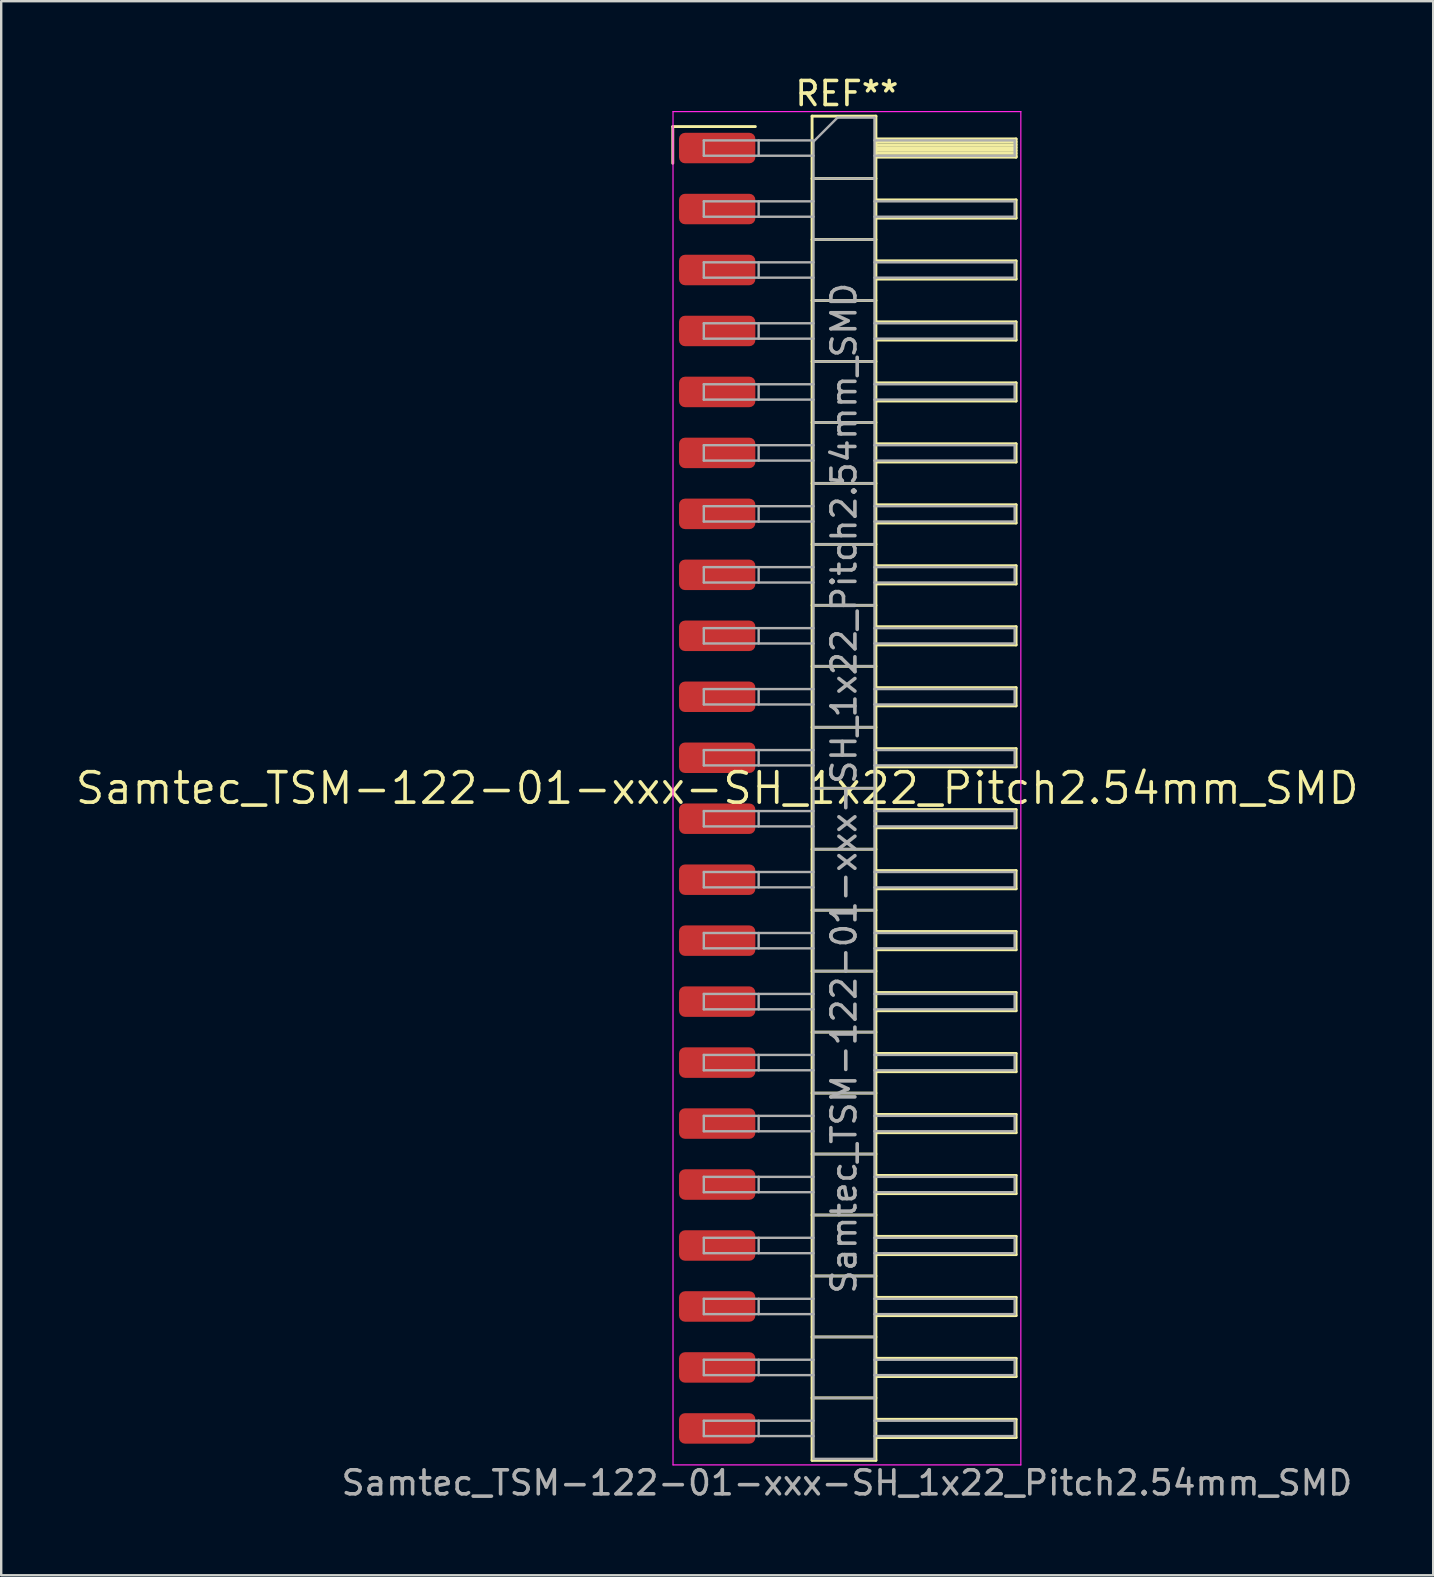
<source format=kicad_pcb>
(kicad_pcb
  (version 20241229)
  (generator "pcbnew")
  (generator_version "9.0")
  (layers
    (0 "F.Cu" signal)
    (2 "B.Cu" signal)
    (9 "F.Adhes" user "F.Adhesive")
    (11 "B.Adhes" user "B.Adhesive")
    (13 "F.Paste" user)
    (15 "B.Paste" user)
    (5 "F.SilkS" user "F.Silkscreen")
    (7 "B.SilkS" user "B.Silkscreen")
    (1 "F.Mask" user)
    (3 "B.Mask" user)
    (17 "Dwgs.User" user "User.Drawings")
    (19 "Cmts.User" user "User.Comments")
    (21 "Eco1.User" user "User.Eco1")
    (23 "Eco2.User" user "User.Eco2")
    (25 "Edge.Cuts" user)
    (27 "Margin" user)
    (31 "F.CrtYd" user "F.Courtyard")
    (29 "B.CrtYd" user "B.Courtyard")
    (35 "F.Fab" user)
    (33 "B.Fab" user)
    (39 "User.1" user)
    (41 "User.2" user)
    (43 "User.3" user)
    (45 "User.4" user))
  (footprint "Samtec_TSM-122-01-xxx-SH_1x22_Pitch2.54mm_SMD"
    (layer "F.Cu")
    (at 26.828 29.788)
    (property "Reference" "Samtec_TSM-122-01-xxx-SH_1x22_Pitch2.54mm_SMD" (at 0 0 0) (layer "F.SilkS") (effects (font (size 1.27 1.27) (thickness 0.15))))
    (attr smd)
    (fp_line (start -1.85 -27.565) (end 1.59 -27.565) (stroke (width 0.12) (type solid)) (layer "F.SilkS"))
    (fp_line (start -1.85 -26.035) (end -1.85 -27.565) (stroke (width 0.12) (type solid)) (layer "F.SilkS"))
    (fp_line (start 3.953 -28) (end 6.613 -28) (stroke (width 0.12) (type solid)) (layer "F.SilkS"))
    (fp_line (start 3.953 -25.4) (end 6.613 -25.4) (stroke (width 0.12) (type solid)) (layer "F.SilkS"))
    (fp_line (start 3.953 -22.86) (end 6.613 -22.86) (stroke (width 0.12) (type solid)) (layer "F.SilkS"))
    (fp_line (start 3.953 -20.32) (end 6.613 -20.32) (stroke (width 0.12) (type solid)) (layer "F.SilkS"))
    (fp_line (start 3.953 -17.78) (end 6.613 -17.78) (stroke (width 0.12) (type solid)) (layer "F.SilkS"))
    (fp_line (start 3.953 -15.24) (end 6.613 -15.24) (stroke (width 0.12) (type solid)) (layer "F.SilkS"))
    (fp_line (start 3.953 -12.7) (end 6.613 -12.7) (stroke (width 0.12) (type solid)) (layer "F.SilkS"))
    (fp_line (start 3.953 -10.16) (end 6.613 -10.16) (stroke (width 0.12) (type solid)) (layer "F.SilkS"))
    (fp_line (start 3.953 -7.62) (end 6.613 -7.62) (stroke (width 0.12) (type solid)) (layer "F.SilkS"))
    (fp_line (start 3.953 -5.08) (end 6.613 -5.08) (stroke (width 0.12) (type solid)) (layer "F.SilkS"))
    (fp_line (start 3.953 -2.54) (end 6.613 -2.54) (stroke (width 0.12) (type solid)) (layer "F.SilkS"))
    (fp_line (start 3.953 0) (end 6.613 0) (stroke (width 0.12) (type solid)) (layer "F.SilkS"))
    (fp_line (start 3.953 2.54) (end 6.613 2.54) (stroke (width 0.12) (type solid)) (layer "F.SilkS"))
    (fp_line (start 3.953 5.08) (end 6.613 5.08) (stroke (width 0.12) (type solid)) (layer "F.SilkS"))
    (fp_line (start 3.953 7.62) (end 6.613 7.62) (stroke (width 0.12) (type solid)) (layer "F.SilkS"))
    (fp_line (start 3.953 10.16) (end 6.613 10.16) (stroke (width 0.12) (type solid)) (layer "F.SilkS"))
    (fp_line (start 3.953 12.7) (end 6.613 12.7) (stroke (width 0.12) (type solid)) (layer "F.SilkS"))
    (fp_line (start 3.953 15.24) (end 6.613 15.24) (stroke (width 0.12) (type solid)) (layer "F.SilkS"))
    (fp_line (start 3.953 17.78) (end 6.613 17.78) (stroke (width 0.12) (type solid)) (layer "F.SilkS"))
    (fp_line (start 3.953 20.32) (end 6.613 20.32) (stroke (width 0.12) (type solid)) (layer "F.SilkS"))
    (fp_line (start 3.953 22.86) (end 6.613 22.86) (stroke (width 0.12) (type solid)) (layer "F.SilkS"))
    (fp_line (start 3.953 25.4) (end 6.613 25.4) (stroke (width 0.12) (type solid)) (layer "F.SilkS"))
    (fp_line (start 3.953 28) (end 3.953 -28) (stroke (width 0.12) (type solid)) (layer "F.SilkS"))
    (fp_line (start 6.613 -28) (end 6.613 28) (stroke (width 0.12) (type solid)) (layer "F.SilkS"))
    (fp_line (start 6.613 -27.05) (end 12.453 -27.05) (stroke (width 0.12) (type solid)) (layer "F.SilkS"))
    (fp_line (start 6.613 -26.93) (end 12.453 -26.93) (stroke (width 0.12) (type solid)) (layer "F.SilkS"))
    (fp_line (start 6.613 -26.81) (end 12.453 -26.81) (stroke (width 0.12) (type solid)) (layer "F.SilkS"))
    (fp_line (start 6.613 -26.69) (end 12.453 -26.69) (stroke (width 0.12) (type solid)) (layer "F.SilkS"))
    (fp_line (start 6.613 -26.57) (end 12.453 -26.57) (stroke (width 0.12) (type solid)) (layer "F.SilkS"))
    (fp_line (start 6.613 -26.45) (end 12.453 -26.45) (stroke (width 0.12) (type solid)) (layer "F.SilkS"))
    (fp_line (start 6.613 -26.33) (end 12.453 -26.33) (stroke (width 0.12) (type solid)) (layer "F.SilkS"))
    (fp_line (start 6.613 -26.29) (end 12.453 -26.29) (stroke (width 0.12) (type solid)) (layer "F.SilkS"))
    (fp_line (start 6.613 -24.51) (end 12.453 -24.51) (stroke (width 0.12) (type solid)) (layer "F.SilkS"))
    (fp_line (start 6.613 -23.75) (end 12.453 -23.75) (stroke (width 0.12) (type solid)) (layer "F.SilkS"))
    (fp_line (start 6.613 -21.97) (end 12.453 -21.97) (stroke (width 0.12) (type solid)) (layer "F.SilkS"))
    (fp_line (start 6.613 -21.21) (end 12.453 -21.21) (stroke (width 0.12) (type solid)) (layer "F.SilkS"))
    (fp_line (start 6.613 -19.43) (end 12.453 -19.43) (stroke (width 0.12) (type solid)) (layer "F.SilkS"))
    (fp_line (start 6.613 -18.67) (end 12.453 -18.67) (stroke (width 0.12) (type solid)) (layer "F.SilkS"))
    (fp_line (start 6.613 -16.89) (end 12.453 -16.89) (stroke (width 0.12) (type solid)) (layer "F.SilkS"))
    (fp_line (start 6.613 -16.13) (end 12.453 -16.13) (stroke (width 0.12) (type solid)) (layer "F.SilkS"))
    (fp_line (start 6.613 -14.35) (end 12.453 -14.35) (stroke (width 0.12) (type solid)) (layer "F.SilkS"))
    (fp_line (start 6.613 -13.59) (end 12.453 -13.59) (stroke (width 0.12) (type solid)) (layer "F.SilkS"))
    (fp_line (start 6.613 -11.81) (end 12.453 -11.81) (stroke (width 0.12) (type solid)) (layer "F.SilkS"))
    (fp_line (start 6.613 -11.05) (end 12.453 -11.05) (stroke (width 0.12) (type solid)) (layer "F.SilkS"))
    (fp_line (start 6.613 -9.27) (end 12.453 -9.27) (stroke (width 0.12) (type solid)) (layer "F.SilkS"))
    (fp_line (start 6.613 -8.51) (end 12.453 -8.51) (stroke (width 0.12) (type solid)) (layer "F.SilkS"))
    (fp_line (start 6.613 -6.73) (end 12.453 -6.73) (stroke (width 0.12) (type solid)) (layer "F.SilkS"))
    (fp_line (start 6.613 -5.97) (end 12.453 -5.97) (stroke (width 0.12) (type solid)) (layer "F.SilkS"))
    (fp_line (start 6.613 -4.19) (end 12.453 -4.19) (stroke (width 0.12) (type solid)) (layer "F.SilkS"))
    (fp_line (start 6.613 -3.43) (end 12.453 -3.43) (stroke (width 0.12) (type solid)) (layer "F.SilkS"))
    (fp_line (start 6.613 -1.65) (end 12.453 -1.65) (stroke (width 0.12) (type solid)) (layer "F.SilkS"))
    (fp_line (start 6.613 -0.89) (end 12.453 -0.89) (stroke (width 0.12) (type solid)) (layer "F.SilkS"))
    (fp_line (start 6.613 0.89) (end 12.453 0.89) (stroke (width 0.12) (type solid)) (layer "F.SilkS"))
    (fp_line (start 6.613 1.65) (end 12.453 1.65) (stroke (width 0.12) (type solid)) (layer "F.SilkS"))
    (fp_line (start 6.613 3.43) (end 12.453 3.43) (stroke (width 0.12) (type solid)) (layer "F.SilkS"))
    (fp_line (start 6.613 4.19) (end 12.453 4.19) (stroke (width 0.12) (type solid)) (layer "F.SilkS"))
    (fp_line (start 6.613 5.97) (end 12.453 5.97) (stroke (width 0.12) (type solid)) (layer "F.SilkS"))
    (fp_line (start 6.613 6.73) (end 12.453 6.73) (stroke (width 0.12) (type solid)) (layer "F.SilkS"))
    (fp_line (start 6.613 8.51) (end 12.453 8.51) (stroke (width 0.12) (type solid)) (layer "F.SilkS"))
    (fp_line (start 6.613 9.27) (end 12.453 9.27) (stroke (width 0.12) (type solid)) (layer "F.SilkS"))
    (fp_line (start 6.613 11.05) (end 12.453 11.05) (stroke (width 0.12) (type solid)) (layer "F.SilkS"))
    (fp_line (start 6.613 11.81) (end 12.453 11.81) (stroke (width 0.12) (type solid)) (layer "F.SilkS"))
    (fp_line (start 6.613 13.59) (end 12.453 13.59) (stroke (width 0.12) (type solid)) (layer "F.SilkS"))
    (fp_line (start 6.613 14.35) (end 12.453 14.35) (stroke (width 0.12) (type solid)) (layer "F.SilkS"))
    (fp_line (start 6.613 16.13) (end 12.453 16.13) (stroke (width 0.12) (type solid)) (layer "F.SilkS"))
    (fp_line (start 6.613 16.89) (end 12.453 16.89) (stroke (width 0.12) (type solid)) (layer "F.SilkS"))
    (fp_line (start 6.613 18.67) (end 12.453 18.67) (stroke (width 0.12) (type solid)) (layer "F.SilkS"))
    (fp_line (start 6.613 19.43) (end 12.453 19.43) (stroke (width 0.12) (type solid)) (layer "F.SilkS"))
    (fp_line (start 6.613 21.21) (end 12.453 21.21) (stroke (width 0.12) (type solid)) (layer "F.SilkS"))
    (fp_line (start 6.613 21.97) (end 12.453 21.97) (stroke (width 0.12) (type solid)) (layer "F.SilkS"))
    (fp_line (start 6.613 23.75) (end 12.453 23.75) (stroke (width 0.12) (type solid)) (layer "F.SilkS"))
    (fp_line (start 6.613 24.51) (end 12.453 24.51) (stroke (width 0.12) (type solid)) (layer "F.SilkS"))
    (fp_line (start 6.613 26.29) (end 12.453 26.29) (stroke (width 0.12) (type solid)) (layer "F.SilkS"))
    (fp_line (start 6.613 27.05) (end 12.453 27.05) (stroke (width 0.12) (type solid)) (layer "F.SilkS"))
    (fp_line (start 6.613 28) (end 3.953 28) (stroke (width 0.12) (type solid)) (layer "F.SilkS"))
    (fp_line (start 12.453 -27.05) (end 12.453 -26.29) (stroke (width 0.12) (type solid)) (layer "F.SilkS"))
    (fp_line (start 12.453 -24.51) (end 12.453 -23.75) (stroke (width 0.12) (type solid)) (layer "F.SilkS"))
    (fp_line (start 12.453 -21.97) (end 12.453 -21.21) (stroke (width 0.12) (type solid)) (layer "F.SilkS"))
    (fp_line (start 12.453 -19.43) (end 12.453 -18.67) (stroke (width 0.12) (type solid)) (layer "F.SilkS"))
    (fp_line (start 12.453 -16.89) (end 12.453 -16.13) (stroke (width 0.12) (type solid)) (layer "F.SilkS"))
    (fp_line (start 12.453 -14.35) (end 12.453 -13.59) (stroke (width 0.12) (type solid)) (layer "F.SilkS"))
    (fp_line (start 12.453 -11.81) (end 12.453 -11.05) (stroke (width 0.12) (type solid)) (layer "F.SilkS"))
    (fp_line (start 12.453 -9.27) (end 12.453 -8.51) (stroke (width 0.12) (type solid)) (layer "F.SilkS"))
    (fp_line (start 12.453 -6.73) (end 12.453 -5.97) (stroke (width 0.12) (type solid)) (layer "F.SilkS"))
    (fp_line (start 12.453 -4.19) (end 12.453 -3.43) (stroke (width 0.12) (type solid)) (layer "F.SilkS"))
    (fp_line (start 12.453 -1.65) (end 12.453 -0.89) (stroke (width 0.12) (type solid)) (layer "F.SilkS"))
    (fp_line (start 12.453 0.89) (end 12.453 1.65) (stroke (width 0.12) (type solid)) (layer "F.SilkS"))
    (fp_line (start 12.453 3.43) (end 12.453 4.19) (stroke (width 0.12) (type solid)) (layer "F.SilkS"))
    (fp_line (start 12.453 5.97) (end 12.453 6.73) (stroke (width 0.12) (type solid)) (layer "F.SilkS"))
    (fp_line (start 12.453 8.51) (end 12.453 9.27) (stroke (width 0.12) (type solid)) (layer "F.SilkS"))
    (fp_line (start 12.453 11.05) (end 12.453 11.81) (stroke (width 0.12) (type solid)) (layer "F.SilkS"))
    (fp_line (start 12.453 13.59) (end 12.453 14.35) (stroke (width 0.12) (type solid)) (layer "F.SilkS"))
    (fp_line (start 12.453 16.13) (end 12.453 16.89) (stroke (width 0.12) (type solid)) (layer "F.SilkS"))
    (fp_line (start 12.453 18.67) (end 12.453 19.43) (stroke (width 0.12) (type solid)) (layer "F.SilkS"))
    (fp_line (start 12.453 21.21) (end 12.453 21.97) (stroke (width 0.12) (type solid)) (layer "F.SilkS"))
    (fp_line (start 12.453 23.75) (end 12.453 24.51) (stroke (width 0.12) (type solid)) (layer "F.SilkS"))
    (fp_line (start 12.453 26.29) (end 12.453 27.05) (stroke (width 0.12) (type solid)) (layer "F.SilkS"))
    (fp_line (start -1.84 -28.19) (end 12.65 -28.19) (stroke (width 0.05) (type solid)) (layer "F.CrtYd"))
    (fp_line (start -1.84 28.19) (end -1.84 -28.19) (stroke (width 0.05) (type solid)) (layer "F.CrtYd"))
    (fp_line (start 12.65 -28.19) (end 12.65 28.19) (stroke (width 0.05) (type solid)) (layer "F.CrtYd"))
    (fp_line (start 12.65 28.19) (end -1.84 28.19) (stroke (width 0.05) (type solid)) (layer "F.CrtYd"))
    (fp_line (start -0.557 -26.99) (end -0.557 -26.35) (stroke (width 0.1) (type solid)) (layer "F.Fab"))
    (fp_line (start -0.557 -26.99) (end 4.013 -26.99) (stroke (width 0.1) (type solid)) (layer "F.Fab"))
    (fp_line (start -0.557 -26.35) (end 4.013 -26.35) (stroke (width 0.1) (type solid)) (layer "F.Fab"))
    (fp_line (start -0.557 -24.45) (end -0.557 -23.81) (stroke (width 0.1) (type solid)) (layer "F.Fab"))
    (fp_line (start -0.557 -24.45) (end 4.013 -24.45) (stroke (width 0.1) (type solid)) (layer "F.Fab"))
    (fp_line (start -0.557 -23.81) (end 4.013 -23.81) (stroke (width 0.1) (type solid)) (layer "F.Fab"))
    (fp_line (start -0.557 -21.91) (end -0.557 -21.27) (stroke (width 0.1) (type solid)) (layer "F.Fab"))
    (fp_line (start -0.557 -21.91) (end 4.013 -21.91) (stroke (width 0.1) (type solid)) (layer "F.Fab"))
    (fp_line (start -0.557 -21.27) (end 4.013 -21.27) (stroke (width 0.1) (type solid)) (layer "F.Fab"))
    (fp_line (start -0.557 -19.37) (end -0.557 -18.73) (stroke (width 0.1) (type solid)) (layer "F.Fab"))
    (fp_line (start -0.557 -19.37) (end 4.013 -19.37) (stroke (width 0.1) (type solid)) (layer "F.Fab"))
    (fp_line (start -0.557 -18.73) (end 4.013 -18.73) (stroke (width 0.1) (type solid)) (layer "F.Fab"))
    (fp_line (start -0.557 -16.83) (end -0.557 -16.19) (stroke (width 0.1) (type solid)) (layer "F.Fab"))
    (fp_line (start -0.557 -16.83) (end 4.013 -16.83) (stroke (width 0.1) (type solid)) (layer "F.Fab"))
    (fp_line (start -0.557 -16.19) (end 4.013 -16.19) (stroke (width 0.1) (type solid)) (layer "F.Fab"))
    (fp_line (start -0.557 -14.29) (end -0.557 -13.65) (stroke (width 0.1) (type solid)) (layer "F.Fab"))
    (fp_line (start -0.557 -14.29) (end 4.013 -14.29) (stroke (width 0.1) (type solid)) (layer "F.Fab"))
    (fp_line (start -0.557 -13.65) (end 4.013 -13.65) (stroke (width 0.1) (type solid)) (layer "F.Fab"))
    (fp_line (start -0.557 -11.75) (end -0.557 -11.11) (stroke (width 0.1) (type solid)) (layer "F.Fab"))
    (fp_line (start -0.557 -11.75) (end 4.013 -11.75) (stroke (width 0.1) (type solid)) (layer "F.Fab"))
    (fp_line (start -0.557 -11.11) (end 4.013 -11.11) (stroke (width 0.1) (type solid)) (layer "F.Fab"))
    (fp_line (start -0.557 -9.21) (end -0.557 -8.57) (stroke (width 0.1) (type solid)) (layer "F.Fab"))
    (fp_line (start -0.557 -9.21) (end 4.013 -9.21) (stroke (width 0.1) (type solid)) (layer "F.Fab"))
    (fp_line (start -0.557 -8.57) (end 4.013 -8.57) (stroke (width 0.1) (type solid)) (layer "F.Fab"))
    (fp_line (start -0.557 -6.67) (end -0.557 -6.03) (stroke (width 0.1) (type solid)) (layer "F.Fab"))
    (fp_line (start -0.557 -6.67) (end 4.013 -6.67) (stroke (width 0.1) (type solid)) (layer "F.Fab"))
    (fp_line (start -0.557 -6.03) (end 4.013 -6.03) (stroke (width 0.1) (type solid)) (layer "F.Fab"))
    (fp_line (start -0.557 -4.13) (end -0.557 -3.49) (stroke (width 0.1) (type solid)) (layer "F.Fab"))
    (fp_line (start -0.557 -4.13) (end 4.013 -4.13) (stroke (width 0.1) (type solid)) (layer "F.Fab"))
    (fp_line (start -0.557 -3.49) (end 4.013 -3.49) (stroke (width 0.1) (type solid)) (layer "F.Fab"))
    (fp_line (start -0.557 -1.59) (end -0.557 -0.95) (stroke (width 0.1) (type solid)) (layer "F.Fab"))
    (fp_line (start -0.557 -1.59) (end 4.013 -1.59) (stroke (width 0.1) (type solid)) (layer "F.Fab"))
    (fp_line (start -0.557 -0.95) (end 4.013 -0.95) (stroke (width 0.1) (type solid)) (layer "F.Fab"))
    (fp_line (start -0.557 0.95) (end -0.557 1.59) (stroke (width 0.1) (type solid)) (layer "F.Fab"))
    (fp_line (start -0.557 0.95) (end 4.013 0.95) (stroke (width 0.1) (type solid)) (layer "F.Fab"))
    (fp_line (start -0.557 1.59) (end 4.013 1.59) (stroke (width 0.1) (type solid)) (layer "F.Fab"))
    (fp_line (start -0.557 3.49) (end -0.557 4.13) (stroke (width 0.1) (type solid)) (layer "F.Fab"))
    (fp_line (start -0.557 3.49) (end 4.013 3.49) (stroke (width 0.1) (type solid)) (layer "F.Fab"))
    (fp_line (start -0.557 4.13) (end 4.013 4.13) (stroke (width 0.1) (type solid)) (layer "F.Fab"))
    (fp_line (start -0.557 6.03) (end -0.557 6.67) (stroke (width 0.1) (type solid)) (layer "F.Fab"))
    (fp_line (start -0.557 6.03) (end 4.013 6.03) (stroke (width 0.1) (type solid)) (layer "F.Fab"))
    (fp_line (start -0.557 6.67) (end 4.013 6.67) (stroke (width 0.1) (type solid)) (layer "F.Fab"))
    (fp_line (start -0.557 8.57) (end -0.557 9.21) (stroke (width 0.1) (type solid)) (layer "F.Fab"))
    (fp_line (start -0.557 8.57) (end 4.013 8.57) (stroke (width 0.1) (type solid)) (layer "F.Fab"))
    (fp_line (start -0.557 9.21) (end 4.013 9.21) (stroke (width 0.1) (type solid)) (layer "F.Fab"))
    (fp_line (start -0.557 11.11) (end -0.557 11.75) (stroke (width 0.1) (type solid)) (layer "F.Fab"))
    (fp_line (start -0.557 11.11) (end 4.013 11.11) (stroke (width 0.1) (type solid)) (layer "F.Fab"))
    (fp_line (start -0.557 11.75) (end 4.013 11.75) (stroke (width 0.1) (type solid)) (layer "F.Fab"))
    (fp_line (start -0.557 13.65) (end -0.557 14.29) (stroke (width 0.1) (type solid)) (layer "F.Fab"))
    (fp_line (start -0.557 13.65) (end 4.013 13.65) (stroke (width 0.1) (type solid)) (layer "F.Fab"))
    (fp_line (start -0.557 14.29) (end 4.013 14.29) (stroke (width 0.1) (type solid)) (layer "F.Fab"))
    (fp_line (start -0.557 16.19) (end -0.557 16.83) (stroke (width 0.1) (type solid)) (layer "F.Fab"))
    (fp_line (start -0.557 16.19) (end 4.013 16.19) (stroke (width 0.1) (type solid)) (layer "F.Fab"))
    (fp_line (start -0.557 16.83) (end 4.013 16.83) (stroke (width 0.1) (type solid)) (layer "F.Fab"))
    (fp_line (start -0.557 18.73) (end -0.557 19.37) (stroke (width 0.1) (type solid)) (layer "F.Fab"))
    (fp_line (start -0.557 18.73) (end 4.013 18.73) (stroke (width 0.1) (type solid)) (layer "F.Fab"))
    (fp_line (start -0.557 19.37) (end 4.013 19.37) (stroke (width 0.1) (type solid)) (layer "F.Fab"))
    (fp_line (start -0.557 21.27) (end -0.557 21.91) (stroke (width 0.1) (type solid)) (layer "F.Fab"))
    (fp_line (start -0.557 21.27) (end 4.013 21.27) (stroke (width 0.1) (type solid)) (layer "F.Fab"))
    (fp_line (start -0.557 21.91) (end 4.013 21.91) (stroke (width 0.1) (type solid)) (layer "F.Fab"))
    (fp_line (start -0.557 23.81) (end -0.557 24.45) (stroke (width 0.1) (type solid)) (layer "F.Fab"))
    (fp_line (start -0.557 23.81) (end 4.013 23.81) (stroke (width 0.1) (type solid)) (layer "F.Fab"))
    (fp_line (start -0.557 24.45) (end 4.013 24.45) (stroke (width 0.1) (type solid)) (layer "F.Fab"))
    (fp_line (start -0.557 26.35) (end -0.557 26.99) (stroke (width 0.1) (type solid)) (layer "F.Fab"))
    (fp_line (start -0.557 26.35) (end 4.013 26.35) (stroke (width 0.1) (type solid)) (layer "F.Fab"))
    (fp_line (start -0.557 26.99) (end 4.013 26.99) (stroke (width 0.1) (type solid)) (layer "F.Fab"))
    (fp_line (start 1.728 -26.99) (end 1.728 -26.35) (stroke (width 0.1) (type solid)) (layer "F.Fab"))
    (fp_line (start 1.728 -24.45) (end 1.728 -23.81) (stroke (width 0.1) (type solid)) (layer "F.Fab"))
    (fp_line (start 1.728 -21.91) (end 1.728 -21.27) (stroke (width 0.1) (type solid)) (layer "F.Fab"))
    (fp_line (start 1.728 -19.37) (end 1.728 -18.73) (stroke (width 0.1) (type solid)) (layer "F.Fab"))
    (fp_line (start 1.728 -16.83) (end 1.728 -16.19) (stroke (width 0.1) (type solid)) (layer "F.Fab"))
    (fp_line (start 1.728 -14.29) (end 1.728 -13.65) (stroke (width 0.1) (type solid)) (layer "F.Fab"))
    (fp_line (start 1.728 -11.75) (end 1.728 -11.11) (stroke (width 0.1) (type solid)) (layer "F.Fab"))
    (fp_line (start 1.728 -9.21) (end 1.728 -8.57) (stroke (width 0.1) (type solid)) (layer "F.Fab"))
    (fp_line (start 1.728 -6.67) (end 1.728 -6.03) (stroke (width 0.1) (type solid)) (layer "F.Fab"))
    (fp_line (start 1.728 -4.13) (end 1.728 -3.49) (stroke (width 0.1) (type solid)) (layer "F.Fab"))
    (fp_line (start 1.728 -1.59) (end 1.728 -0.95) (stroke (width 0.1) (type solid)) (layer "F.Fab"))
    (fp_line (start 1.728 0.95) (end 1.728 1.59) (stroke (width 0.1) (type solid)) (layer "F.Fab"))
    (fp_line (start 1.728 3.49) (end 1.728 4.13) (stroke (width 0.1) (type solid)) (layer "F.Fab"))
    (fp_line (start 1.728 6.03) (end 1.728 6.67) (stroke (width 0.1) (type solid)) (layer "F.Fab"))
    (fp_line (start 1.728 8.57) (end 1.728 9.21) (stroke (width 0.1) (type solid)) (layer "F.Fab"))
    (fp_line (start 1.728 11.11) (end 1.728 11.75) (stroke (width 0.1) (type solid)) (layer "F.Fab"))
    (fp_line (start 1.728 13.65) (end 1.728 14.29) (stroke (width 0.1) (type solid)) (layer "F.Fab"))
    (fp_line (start 1.728 16.19) (end 1.728 16.83) (stroke (width 0.1) (type solid)) (layer "F.Fab"))
    (fp_line (start 1.728 18.73) (end 1.728 19.37) (stroke (width 0.1) (type solid)) (layer "F.Fab"))
    (fp_line (start 1.728 21.27) (end 1.728 21.91) (stroke (width 0.1) (type solid)) (layer "F.Fab"))
    (fp_line (start 1.728 23.81) (end 1.728 24.45) (stroke (width 0.1) (type solid)) (layer "F.Fab"))
    (fp_line (start 1.728 26.35) (end 1.728 26.99) (stroke (width 0.1) (type solid)) (layer "F.Fab"))
    (fp_line (start 4.013 -26.94) (end 5.013 -27.94) (stroke (width 0.1) (type solid)) (layer "F.Fab"))
    (fp_line (start 4.013 -25.4) (end 6.553 -25.4) (stroke (width 0.1) (type solid)) (layer "F.Fab"))
    (fp_line (start 4.013 -22.86) (end 6.553 -22.86) (stroke (width 0.1) (type solid)) (layer "F.Fab"))
    (fp_line (start 4.013 -20.32) (end 6.553 -20.32) (stroke (width 0.1) (type solid)) (layer "F.Fab"))
    (fp_line (start 4.013 -17.78) (end 6.553 -17.78) (stroke (width 0.1) (type solid)) (layer "F.Fab"))
    (fp_line (start 4.013 -15.24) (end 6.553 -15.24) (stroke (width 0.1) (type solid)) (layer "F.Fab"))
    (fp_line (start 4.013 -12.7) (end 6.553 -12.7) (stroke (width 0.1) (type solid)) (layer "F.Fab"))
    (fp_line (start 4.013 -10.16) (end 6.553 -10.16) (stroke (width 0.1) (type solid)) (layer "F.Fab"))
    (fp_line (start 4.013 -7.62) (end 6.553 -7.62) (stroke (width 0.1) (type solid)) (layer "F.Fab"))
    (fp_line (start 4.013 -5.08) (end 6.553 -5.08) (stroke (width 0.1) (type solid)) (layer "F.Fab"))
    (fp_line (start 4.013 -2.54) (end 6.553 -2.54) (stroke (width 0.1) (type solid)) (layer "F.Fab"))
    (fp_line (start 4.013 0) (end 6.553 0) (stroke (width 0.1) (type solid)) (layer "F.Fab"))
    (fp_line (start 4.013 2.54) (end 6.553 2.54) (stroke (width 0.1) (type solid)) (layer "F.Fab"))
    (fp_line (start 4.013 5.08) (end 6.553 5.08) (stroke (width 0.1) (type solid)) (layer "F.Fab"))
    (fp_line (start 4.013 7.62) (end 6.553 7.62) (stroke (width 0.1) (type solid)) (layer "F.Fab"))
    (fp_line (start 4.013 10.16) (end 6.553 10.16) (stroke (width 0.1) (type solid)) (layer "F.Fab"))
    (fp_line (start 4.013 12.7) (end 6.553 12.7) (stroke (width 0.1) (type solid)) (layer "F.Fab"))
    (fp_line (start 4.013 15.24) (end 6.553 15.24) (stroke (width 0.1) (type solid)) (layer "F.Fab"))
    (fp_line (start 4.013 17.78) (end 6.553 17.78) (stroke (width 0.1) (type solid)) (layer "F.Fab"))
    (fp_line (start 4.013 20.32) (end 6.553 20.32) (stroke (width 0.1) (type solid)) (layer "F.Fab"))
    (fp_line (start 4.013 22.86) (end 6.553 22.86) (stroke (width 0.1) (type solid)) (layer "F.Fab"))
    (fp_line (start 4.013 25.4) (end 6.553 25.4) (stroke (width 0.1) (type solid)) (layer "F.Fab"))
    (fp_line (start 4.013 27.94) (end 4.013 -26.94) (stroke (width 0.1) (type solid)) (layer "F.Fab"))
    (fp_line (start 5.013 -27.94) (end 6.553 -27.94) (stroke (width 0.1) (type solid)) (layer "F.Fab"))
    (fp_line (start 6.553 -27.94) (end 6.553 27.94) (stroke (width 0.1) (type solid)) (layer "F.Fab"))
    (fp_line (start 6.553 -26.99) (end 12.393 -26.99) (stroke (width 0.1) (type solid)) (layer "F.Fab"))
    (fp_line (start 6.553 -26.35) (end 12.393 -26.35) (stroke (width 0.1) (type solid)) (layer "F.Fab"))
    (fp_line (start 6.553 -24.45) (end 12.393 -24.45) (stroke (width 0.1) (type solid)) (layer "F.Fab"))
    (fp_line (start 6.553 -23.81) (end 12.393 -23.81) (stroke (width 0.1) (type solid)) (layer "F.Fab"))
    (fp_line (start 6.553 -21.91) (end 12.393 -21.91) (stroke (width 0.1) (type solid)) (layer "F.Fab"))
    (fp_line (start 6.553 -21.27) (end 12.393 -21.27) (stroke (width 0.1) (type solid)) (layer "F.Fab"))
    (fp_line (start 6.553 -19.37) (end 12.393 -19.37) (stroke (width 0.1) (type solid)) (layer "F.Fab"))
    (fp_line (start 6.553 -18.73) (end 12.393 -18.73) (stroke (width 0.1) (type solid)) (layer "F.Fab"))
    (fp_line (start 6.553 -16.83) (end 12.393 -16.83) (stroke (width 0.1) (type solid)) (layer "F.Fab"))
    (fp_line (start 6.553 -16.19) (end 12.393 -16.19) (stroke (width 0.1) (type solid)) (layer "F.Fab"))
    (fp_line (start 6.553 -14.29) (end 12.393 -14.29) (stroke (width 0.1) (type solid)) (layer "F.Fab"))
    (fp_line (start 6.553 -13.65) (end 12.393 -13.65) (stroke (width 0.1) (type solid)) (layer "F.Fab"))
    (fp_line (start 6.553 -11.75) (end 12.393 -11.75) (stroke (width 0.1) (type solid)) (layer "F.Fab"))
    (fp_line (start 6.553 -11.11) (end 12.393 -11.11) (stroke (width 0.1) (type solid)) (layer "F.Fab"))
    (fp_line (start 6.553 -9.21) (end 12.393 -9.21) (stroke (width 0.1) (type solid)) (layer "F.Fab"))
    (fp_line (start 6.553 -8.57) (end 12.393 -8.57) (stroke (width 0.1) (type solid)) (layer "F.Fab"))
    (fp_line (start 6.553 -6.67) (end 12.393 -6.67) (stroke (width 0.1) (type solid)) (layer "F.Fab"))
    (fp_line (start 6.553 -6.03) (end 12.393 -6.03) (stroke (width 0.1) (type solid)) (layer "F.Fab"))
    (fp_line (start 6.553 -4.13) (end 12.393 -4.13) (stroke (width 0.1) (type solid)) (layer "F.Fab"))
    (fp_line (start 6.553 -3.49) (end 12.393 -3.49) (stroke (width 0.1) (type solid)) (layer "F.Fab"))
    (fp_line (start 6.553 -1.59) (end 12.393 -1.59) (stroke (width 0.1) (type solid)) (layer "F.Fab"))
    (fp_line (start 6.553 -0.95) (end 12.393 -0.95) (stroke (width 0.1) (type solid)) (layer "F.Fab"))
    (fp_line (start 6.553 0.95) (end 12.393 0.95) (stroke (width 0.1) (type solid)) (layer "F.Fab"))
    (fp_line (start 6.553 1.59) (end 12.393 1.59) (stroke (width 0.1) (type solid)) (layer "F.Fab"))
    (fp_line (start 6.553 3.49) (end 12.393 3.49) (stroke (width 0.1) (type solid)) (layer "F.Fab"))
    (fp_line (start 6.553 4.13) (end 12.393 4.13) (stroke (width 0.1) (type solid)) (layer "F.Fab"))
    (fp_line (start 6.553 6.03) (end 12.393 6.03) (stroke (width 0.1) (type solid)) (layer "F.Fab"))
    (fp_line (start 6.553 6.67) (end 12.393 6.67) (stroke (width 0.1) (type solid)) (layer "F.Fab"))
    (fp_line (start 6.553 8.57) (end 12.393 8.57) (stroke (width 0.1) (type solid)) (layer "F.Fab"))
    (fp_line (start 6.553 9.21) (end 12.393 9.21) (stroke (width 0.1) (type solid)) (layer "F.Fab"))
    (fp_line (start 6.553 11.11) (end 12.393 11.11) (stroke (width 0.1) (type solid)) (layer "F.Fab"))
    (fp_line (start 6.553 11.75) (end 12.393 11.75) (stroke (width 0.1) (type solid)) (layer "F.Fab"))
    (fp_line (start 6.553 13.65) (end 12.393 13.65) (stroke (width 0.1) (type solid)) (layer "F.Fab"))
    (fp_line (start 6.553 14.29) (end 12.393 14.29) (stroke (width 0.1) (type solid)) (layer "F.Fab"))
    (fp_line (start 6.553 16.19) (end 12.393 16.19) (stroke (width 0.1) (type solid)) (layer "F.Fab"))
    (fp_line (start 6.553 16.83) (end 12.393 16.83) (stroke (width 0.1) (type solid)) (layer "F.Fab"))
    (fp_line (start 6.553 18.73) (end 12.393 18.73) (stroke (width 0.1) (type solid)) (layer "F.Fab"))
    (fp_line (start 6.553 19.37) (end 12.393 19.37) (stroke (width 0.1) (type solid)) (layer "F.Fab"))
    (fp_line (start 6.553 21.27) (end 12.393 21.27) (stroke (width 0.1) (type solid)) (layer "F.Fab"))
    (fp_line (start 6.553 21.91) (end 12.393 21.91) (stroke (width 0.1) (type solid)) (layer "F.Fab"))
    (fp_line (start 6.553 23.81) (end 12.393 23.81) (stroke (width 0.1) (type solid)) (layer "F.Fab"))
    (fp_line (start 6.553 24.45) (end 12.393 24.45) (stroke (width 0.1) (type solid)) (layer "F.Fab"))
    (fp_line (start 6.553 26.35) (end 12.393 26.35) (stroke (width 0.1) (type solid)) (layer "F.Fab"))
    (fp_line (start 6.553 26.99) (end 12.393 26.99) (stroke (width 0.1) (type solid)) (layer "F.Fab"))
    (fp_line (start 6.553 27.94) (end 4.013 27.94) (stroke (width 0.1) (type solid)) (layer "F.Fab"))
    (fp_line (start 12.393 -26.99) (end 12.393 -26.35) (stroke (width 0.1) (type solid)) (layer "F.Fab"))
    (fp_line (start 12.393 -24.45) (end 12.393 -23.81) (stroke (width 0.1) (type solid)) (layer "F.Fab"))
    (fp_line (start 12.393 -21.91) (end 12.393 -21.27) (stroke (width 0.1) (type solid)) (layer "F.Fab"))
    (fp_line (start 12.393 -19.37) (end 12.393 -18.73) (stroke (width 0.1) (type solid)) (layer "F.Fab"))
    (fp_line (start 12.393 -16.83) (end 12.393 -16.19) (stroke (width 0.1) (type solid)) (layer "F.Fab"))
    (fp_line (start 12.393 -14.29) (end 12.393 -13.65) (stroke (width 0.1) (type solid)) (layer "F.Fab"))
    (fp_line (start 12.393 -11.75) (end 12.393 -11.11) (stroke (width 0.1) (type solid)) (layer "F.Fab"))
    (fp_line (start 12.393 -9.21) (end 12.393 -8.57) (stroke (width 0.1) (type solid)) (layer "F.Fab"))
    (fp_line (start 12.393 -6.67) (end 12.393 -6.03) (stroke (width 0.1) (type solid)) (layer "F.Fab"))
    (fp_line (start 12.393 -4.13) (end 12.393 -3.49) (stroke (width 0.1) (type solid)) (layer "F.Fab"))
    (fp_line (start 12.393 -1.59) (end 12.393 -0.95) (stroke (width 0.1) (type solid)) (layer "F.Fab"))
    (fp_line (start 12.393 0.95) (end 12.393 1.59) (stroke (width 0.1) (type solid)) (layer "F.Fab"))
    (fp_line (start 12.393 3.49) (end 12.393 4.13) (stroke (width 0.1) (type solid)) (layer "F.Fab"))
    (fp_line (start 12.393 6.03) (end 12.393 6.67) (stroke (width 0.1) (type solid)) (layer "F.Fab"))
    (fp_line (start 12.393 8.57) (end 12.393 9.21) (stroke (width 0.1) (type solid)) (layer "F.Fab"))
    (fp_line (start 12.393 11.11) (end 12.393 11.75) (stroke (width 0.1) (type solid)) (layer "F.Fab"))
    (fp_line (start 12.393 13.65) (end 12.393 14.29) (stroke (width 0.1) (type solid)) (layer "F.Fab"))
    (fp_line (start 12.393 16.19) (end 12.393 16.83) (stroke (width 0.1) (type solid)) (layer "F.Fab"))
    (fp_line (start 12.393 18.73) (end 12.393 19.37) (stroke (width 0.1) (type solid)) (layer "F.Fab"))
    (fp_line (start 12.393 21.27) (end 12.393 21.91) (stroke (width 0.1) (type solid)) (layer "F.Fab"))
    (fp_line (start 12.393 23.81) (end 12.393 24.45) (stroke (width 0.1) (type solid)) (layer "F.Fab"))
    (fp_line (start 12.393 26.35) (end 12.393 26.99) (stroke (width 0.1) (type solid)) (layer "F.Fab"))
    (fp_text user "REF**" (at 5.405 -28.94 0) (layer "F.SilkS") (effects (font (size 1 1) (thickness 0.15))))
    (fp_text user "${REFERENCE}" (at 5.283 0 90) (layer "F.Fab") (effects (font (size 1 1) (thickness 0.15))))
    (fp_text user "Samtec_TSM-122-01-xxx-SH_1x22_Pitch2.54mm_SMD" (at 5.405 28.94 0) (layer "F.Fab") (effects (font (size 1 1) (thickness 0.15))))
    (pad "1" smd roundrect (at 0 -26.67) (size 3.18 1.27) (layers "F.Cu" "F.Mask" "F.Paste") (roundrect_rratio 0.197))
    (pad "2" smd roundrect (at 0 -24.13) (size 3.18 1.27) (layers "F.Cu" "F.Mask" "F.Paste") (roundrect_rratio 0.197))
    (pad "3" smd roundrect (at 0 -21.59) (size 3.18 1.27) (layers "F.Cu" "F.Mask" "F.Paste") (roundrect_rratio 0.197))
    (pad "4" smd roundrect (at 0 -19.05) (size 3.18 1.27) (layers "F.Cu" "F.Mask" "F.Paste") (roundrect_rratio 0.197))
    (pad "5" smd roundrect (at 0 -16.51) (size 3.18 1.27) (layers "F.Cu" "F.Mask" "F.Paste") (roundrect_rratio 0.197))
    (pad "6" smd roundrect (at 0 -13.97) (size 3.18 1.27) (layers "F.Cu" "F.Mask" "F.Paste") (roundrect_rratio 0.197))
    (pad "7" smd roundrect (at 0 -11.43) (size 3.18 1.27) (layers "F.Cu" "F.Mask" "F.Paste") (roundrect_rratio 0.197))
    (pad "8" smd roundrect (at 0 -8.89) (size 3.18 1.27) (layers "F.Cu" "F.Mask" "F.Paste") (roundrect_rratio 0.197))
    (pad "9" smd roundrect (at 0 -6.35) (size 3.18 1.27) (layers "F.Cu" "F.Mask" "F.Paste") (roundrect_rratio 0.197))
    (pad "10" smd roundrect (at 0 -3.81) (size 3.18 1.27) (layers "F.Cu" "F.Mask" "F.Paste") (roundrect_rratio 0.197))
    (pad "11" smd roundrect (at 0 -1.27) (size 3.18 1.27) (layers "F.Cu" "F.Mask" "F.Paste") (roundrect_rratio 0.197))
    (pad "12" smd roundrect (at 0 1.27) (size 3.18 1.27) (layers "F.Cu" "F.Mask" "F.Paste") (roundrect_rratio 0.197))
    (pad "13" smd roundrect (at 0 3.81) (size 3.18 1.27) (layers "F.Cu" "F.Mask" "F.Paste") (roundrect_rratio 0.197))
    (pad "14" smd roundrect (at 0 6.35) (size 3.18 1.27) (layers "F.Cu" "F.Mask" "F.Paste") (roundrect_rratio 0.197))
    (pad "15" smd roundrect (at 0 8.89) (size 3.18 1.27) (layers "F.Cu" "F.Mask" "F.Paste") (roundrect_rratio 0.197))
    (pad "16" smd roundrect (at 0 11.43) (size 3.18 1.27) (layers "F.Cu" "F.Mask" "F.Paste") (roundrect_rratio 0.197))
    (pad "17" smd roundrect (at 0 13.97) (size 3.18 1.27) (layers "F.Cu" "F.Mask" "F.Paste") (roundrect_rratio 0.197))
    (pad "18" smd roundrect (at 0 16.51) (size 3.18 1.27) (layers "F.Cu" "F.Mask" "F.Paste") (roundrect_rratio 0.197))
    (pad "19" smd roundrect (at 0 19.05) (size 3.18 1.27) (layers "F.Cu" "F.Mask" "F.Paste") (roundrect_rratio 0.197))
    (pad "20" smd roundrect (at 0 21.59) (size 3.18 1.27) (layers "F.Cu" "F.Mask" "F.Paste") (roundrect_rratio 0.197))
    (pad "21" smd roundrect (at 0 24.13) (size 3.18 1.27) (layers "F.Cu" "F.Mask" "F.Paste") (roundrect_rratio 0.197))
    (pad "22" smd roundrect (at 0 26.67) (size 3.18 1.27) (layers "F.Cu" "F.Mask" "F.Paste") (roundrect_rratio 0.197)))
  (gr_rect
    (start -3 -3)
    (end 56.657 62.577)
    (stroke (width 0.1) (type default))
    (fill no)
    (layer "Edge.Cuts")))
</source>
